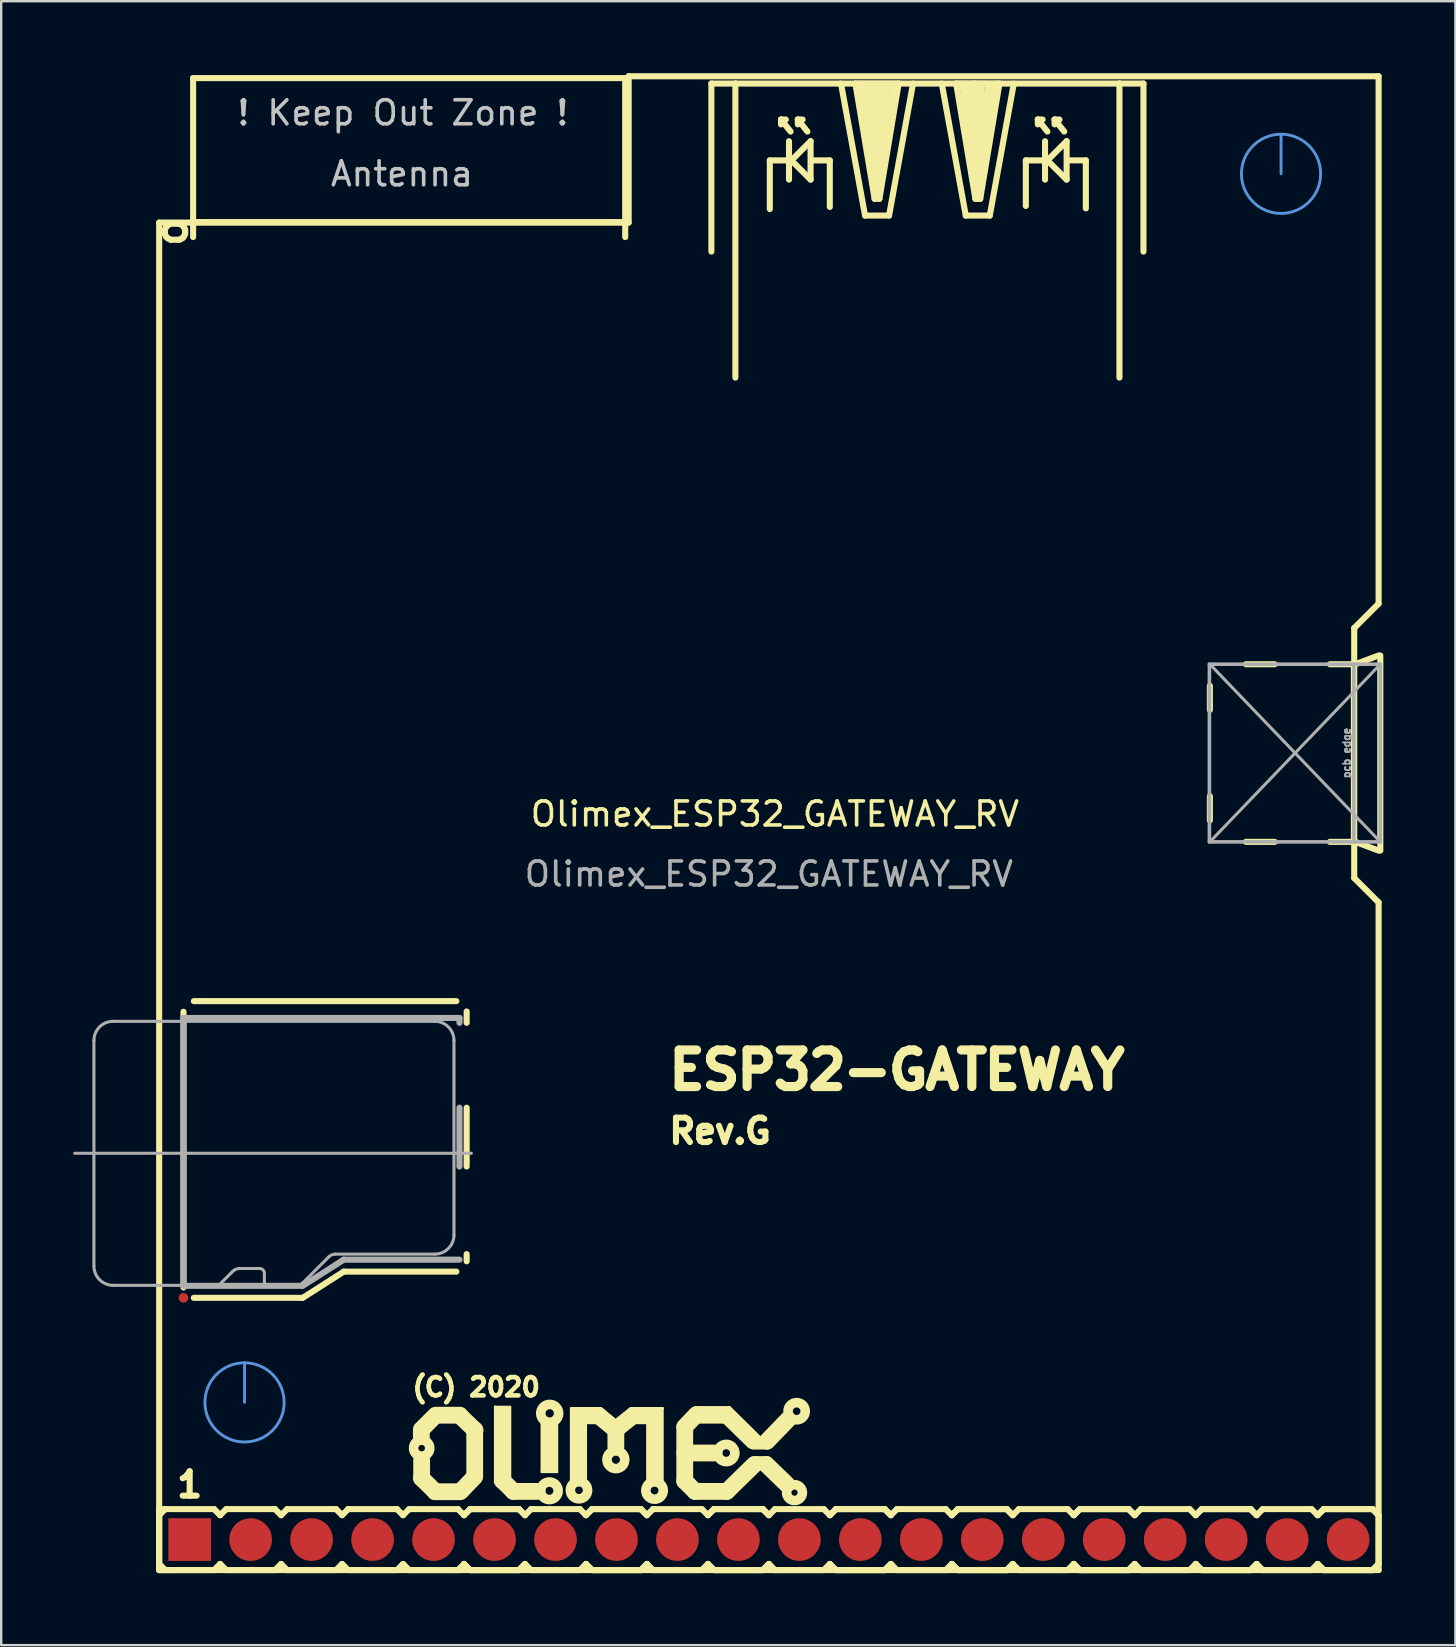
<source format=kicad_pcb>
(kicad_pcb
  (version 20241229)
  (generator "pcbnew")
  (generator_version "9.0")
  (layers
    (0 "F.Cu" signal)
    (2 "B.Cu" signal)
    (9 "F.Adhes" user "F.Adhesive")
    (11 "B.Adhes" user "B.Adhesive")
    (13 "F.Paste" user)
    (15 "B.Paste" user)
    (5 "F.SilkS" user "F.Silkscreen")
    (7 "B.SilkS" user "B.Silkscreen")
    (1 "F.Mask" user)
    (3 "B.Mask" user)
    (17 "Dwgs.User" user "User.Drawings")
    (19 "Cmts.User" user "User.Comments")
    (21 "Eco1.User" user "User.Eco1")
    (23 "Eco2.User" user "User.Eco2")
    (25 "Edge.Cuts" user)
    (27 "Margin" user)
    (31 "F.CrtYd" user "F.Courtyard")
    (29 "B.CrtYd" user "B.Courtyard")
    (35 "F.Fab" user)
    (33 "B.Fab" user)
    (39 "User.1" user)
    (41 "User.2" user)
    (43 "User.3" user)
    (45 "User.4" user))
  (footprint "Olimex_ESP32_GATEWAY_RV"
    (layer "F.Cu")
    (at 28.981 30.861)
    (property "Reference" "Olimex_ESP32_GATEWAY_RV" (at 0.25 0 0) (unlocked yes) (layer "F.SilkS") (effects (font (size 1 1) (thickness 0.15))))
    (attr through_hole)
    (fp_line (start -25.4 -24.638) (end -25.4 31.496) (stroke (width 0.254) (type solid)) (layer "F.SilkS"))
    (fp_line (start -25.4 -24.638) (end -5.842 -24.638) (stroke (width 0.254) (type solid)) (layer "F.SilkS"))
    (fp_line (start -25.4 28.956) (end -25.4 31.496) (stroke (width 0.254) (type solid)) (layer "F.SilkS"))
    (fp_line (start -25.4 28.956) (end -25.146 28.956) (stroke (width 0.254) (type solid)) (layer "F.SilkS"))
    (fp_line (start -25.4 29.21) (end -25.146 28.956) (stroke (width 0.254) (type solid)) (layer "F.SilkS"))
    (fp_line (start -25.4 31.496) (end 25.4 31.496) (stroke (width 0.254) (type solid)) (layer "F.SilkS"))
    (fp_line (start -25.146 28.956) (end -23.114 28.956) (stroke (width 0.254) (type solid)) (layer "F.SilkS"))
    (fp_line (start -25.146 31.496) (end -25.4 31.242) (stroke (width 0.254) (type solid)) (layer "F.SilkS"))
    (fp_line (start -24.892 31.496) (end -25.4 31.496) (stroke (width 0.254) (type solid)) (layer "F.SilkS"))
    (fp_line (start -24.387 8.237) (end -24.387 19.723) (stroke (width 0.254) (type solid)) (layer "F.SilkS"))
    (fp_line (start -23.986 -30.657) (end -23.986 -24.037) (stroke (width 0.254) (type solid)) (layer "F.SilkS"))
    (fp_line (start -23.986 -30.657) (end -5.986 -30.657) (stroke (width 0.254) (type solid)) (layer "F.SilkS"))
    (fp_line (start -23.986 -24.657) (end -5.986 -24.657) (stroke (width 0.254) (type solid)) (layer "F.SilkS"))
    (fp_line (start -23.957 7.795) (end -13.02 7.795) (stroke (width 0.254) (type solid)) (layer "F.SilkS"))
    (fp_line (start -23.957 20.155) (end -19.439 20.155) (stroke (width 0.254) (type solid)) (layer "F.SilkS"))
    (fp_line (start -23.114 28.956) (end -22.86 29.21) (stroke (width 0.254) (type solid)) (layer "F.SilkS"))
    (fp_line (start -23.114 31.496) (end -24.892 31.496) (stroke (width 0.254) (type solid)) (layer "F.SilkS"))
    (fp_line (start -22.86 29.21) (end -22.606 28.956) (stroke (width 0.254) (type solid)) (layer "F.SilkS"))
    (fp_line (start -22.86 31.242) (end -23.114 31.496) (stroke (width 0.254) (type solid)) (layer "F.SilkS"))
    (fp_line (start -22.606 28.956) (end -20.574 28.956) (stroke (width 0.254) (type solid)) (layer "F.SilkS"))
    (fp_line (start -22.606 31.496) (end -22.86 31.242) (stroke (width 0.254) (type solid)) (layer "F.SilkS"))
    (fp_line (start -20.574 28.956) (end -20.32 29.21) (stroke (width 0.254) (type solid)) (layer "F.SilkS"))
    (fp_line (start -20.574 31.496) (end -22.606 31.496) (stroke (width 0.254) (type solid)) (layer "F.SilkS"))
    (fp_line (start -20.574 31.496) (end -20.32 31.242) (stroke (width 0.254) (type solid)) (layer "F.SilkS"))
    (fp_line (start -20.32 29.21) (end -20.066 28.956) (stroke (width 0.254) (type solid)) (layer "F.SilkS"))
    (fp_line (start -20.32 31.242) (end -20.066 31.496) (stroke (width 0.254) (type solid)) (layer "F.SilkS"))
    (fp_line (start -20.066 28.956) (end -18.034 28.956) (stroke (width 0.254) (type solid)) (layer "F.SilkS"))
    (fp_line (start -18.034 28.956) (end -17.78 29.21) (stroke (width 0.254) (type solid)) (layer "F.SilkS"))
    (fp_line (start -18.034 31.496) (end -20.066 31.496) (stroke (width 0.254) (type solid)) (layer "F.SilkS"))
    (fp_line (start -17.78 29.21) (end -17.526 28.956) (stroke (width 0.254) (type solid)) (layer "F.SilkS"))
    (fp_line (start -17.78 31.242) (end -18.034 31.496) (stroke (width 0.254) (type solid)) (layer "F.SilkS"))
    (fp_line (start -17.711 19.063) (end -19.418 20.155) (stroke (width 0.254) (type solid)) (layer "F.SilkS"))
    (fp_line (start -17.526 28.956) (end -15.494 28.956) (stroke (width 0.254) (type solid)) (layer "F.SilkS"))
    (fp_line (start -17.526 31.496) (end -17.78 31.242) (stroke (width 0.254) (type solid)) (layer "F.SilkS"))
    (fp_line (start -15.494 28.956) (end -15.24 29.21) (stroke (width 0.254) (type solid)) (layer "F.SilkS"))
    (fp_line (start -15.494 31.496) (end -17.526 31.496) (stroke (width 0.254) (type solid)) (layer "F.SilkS"))
    (fp_line (start -15.24 29.21) (end -14.986 28.956) (stroke (width 0.254) (type solid)) (layer "F.SilkS"))
    (fp_line (start -15.24 31.242) (end -15.494 31.496) (stroke (width 0.254) (type solid)) (layer "F.SilkS"))
    (fp_line (start -14.986 28.956) (end -12.954 28.956) (stroke (width 0.254) (type solid)) (layer "F.SilkS"))
    (fp_line (start -14.986 31.496) (end -15.24 31.242) (stroke (width 0.254) (type solid)) (layer "F.SilkS"))
    (fp_line (start -14.478 25.641) (end -13.97 25.133) (stroke (width 0.7) (type solid)) (layer "F.SilkS"))
    (fp_line (start -14.478 25.692) (end -14.478 25.933) (stroke (width 0.7) (type solid)) (layer "F.SilkS"))
    (fp_line (start -14.478 27.661) (end -13.894 28.232) (stroke (width 0.7) (type solid)) (layer "F.SilkS"))
    (fp_line (start -14.465 27.673) (end -14.465 26.911) (stroke (width 0.7) (type solid)) (layer "F.SilkS"))
    (fp_line (start -13.906 28.232) (end -12.865 28.232) (stroke (width 0.7) (type solid)) (layer "F.SilkS"))
    (fp_line (start -13.02 19.063) (end -17.711 19.063) (stroke (width 0.254) (type solid)) (layer "F.SilkS"))
    (fp_line (start -12.954 28.956) (end -12.7 29.21) (stroke (width 0.254) (type solid)) (layer "F.SilkS"))
    (fp_line (start -12.954 31.496) (end -14.986 31.496) (stroke (width 0.254) (type solid)) (layer "F.SilkS"))
    (fp_line (start -12.878 25.044) (end -13.881 25.044) (stroke (width 0.7) (type solid)) (layer "F.SilkS"))
    (fp_line (start -12.878 25.057) (end -12.243 25.667) (stroke (width 0.7) (type solid)) (layer "F.SilkS"))
    (fp_line (start -12.7 29.21) (end -12.446 28.956) (stroke (width 0.254) (type solid)) (layer "F.SilkS"))
    (fp_line (start -12.7 29.21) (end -12.446 28.956) (stroke (width 0.254) (type solid)) (layer "F.SilkS"))
    (fp_line (start -12.7 31.242) (end -12.954 31.496) (stroke (width 0.254) (type solid)) (layer "F.SilkS"))
    (fp_line (start -12.591 8.227) (end -12.591 8.697) (stroke (width 0.254) (type solid)) (layer "F.SilkS"))
    (fp_line (start -12.591 12.235) (end -12.591 14.684) (stroke (width 0.254) (type solid)) (layer "F.SilkS"))
    (fp_line (start -12.591 18.334) (end -12.591 18.633) (stroke (width 0.254) (type solid)) (layer "F.SilkS"))
    (fp_line (start -12.446 28.956) (end -10.414 28.956) (stroke (width 0.254) (type solid)) (layer "F.SilkS"))
    (fp_line (start -12.446 28.956) (end -10.414 28.956) (stroke (width 0.254) (type solid)) (layer "F.SilkS"))
    (fp_line (start -12.446 31.496) (end -12.7 31.242) (stroke (width 0.254) (type solid)) (layer "F.SilkS"))
    (fp_line (start -12.446 31.496) (end -12.7 31.242) (stroke (width 0.254) (type solid)) (layer "F.SilkS"))
    (fp_line (start -12.268 27.622) (end -12.827 28.207) (stroke (width 0.7) (type solid)) (layer "F.SilkS"))
    (fp_line (start -12.255 25.654) (end -12.255 27.584) (stroke (width 0.7) (type solid)) (layer "F.SilkS"))
    (fp_line (start -11.405 24.701) (end -11.405 27.851) (stroke (width 0.1) (type solid)) (layer "F.SilkS"))
    (fp_line (start -11.392 24.701) (end -11.405 24.701) (stroke (width 0.1) (type solid)) (layer "F.SilkS"))
    (fp_line (start -11.379 24.701) (end -11.392 24.701) (stroke (width 0.1) (type solid)) (layer "F.SilkS"))
    (fp_line (start -11.265 24.79) (end -11.328 24.778) (stroke (width 0.1) (type solid)) (layer "F.SilkS"))
    (fp_line (start -11.1 24.701) (end -11.379 24.701) (stroke (width 0.1) (type solid)) (layer "F.SilkS"))
    (fp_line (start -11.1 27.775) (end -11.1 25.044) (stroke (width 0.7) (type solid)) (layer "F.SilkS"))
    (fp_line (start -11.087 24.701) (end -10.782 24.701) (stroke (width 0.1) (type solid)) (layer "F.SilkS"))
    (fp_line (start -10.96 24.778) (end -10.846 24.778) (stroke (width 0.1) (type solid)) (layer "F.SilkS"))
    (fp_line (start -10.782 24.701) (end -10.782 27.737) (stroke (width 0.1) (type solid)) (layer "F.SilkS"))
    (fp_line (start -10.643 28.219) (end -11.1 27.762) (stroke (width 0.7) (type solid)) (layer "F.SilkS"))
    (fp_line (start -10.414 28.956) (end -10.16 29.21) (stroke (width 0.254) (type solid)) (layer "F.SilkS"))
    (fp_line (start -10.414 28.956) (end -10.16 29.21) (stroke (width 0.254) (type solid)) (layer "F.SilkS"))
    (fp_line (start -10.414 31.496) (end -12.446 31.496) (stroke (width 0.254) (type solid)) (layer "F.SilkS"))
    (fp_line (start -10.414 31.496) (end -12.446 31.496) (stroke (width 0.254) (type solid)) (layer "F.SilkS"))
    (fp_line (start -10.16 29.21) (end -9.906 28.956) (stroke (width 0.254) (type solid)) (layer "F.SilkS"))
    (fp_line (start -10.16 31.242) (end -10.414 31.496) (stroke (width 0.254) (type solid)) (layer "F.SilkS"))
    (fp_line (start -10.16 31.242) (end -10.414 31.496) (stroke (width 0.254) (type solid)) (layer "F.SilkS"))
    (fp_line (start -9.906 28.956) (end -7.874 28.956) (stroke (width 0.254) (type solid)) (layer "F.SilkS"))
    (fp_line (start -9.906 31.496) (end -10.16 31.242) (stroke (width 0.254) (type solid)) (layer "F.SilkS"))
    (fp_line (start -9.657 28.219) (end -10.643 28.219) (stroke (width 0.7) (type solid)) (layer "F.SilkS"))
    (fp_line (start -9.461 25.387) (end -9.461 27.407) (stroke (width 0.1) (type solid)) (layer "F.SilkS"))
    (fp_line (start -9.461 27.407) (end -8.852 27.407) (stroke (width 0.1) (type solid)) (layer "F.SilkS"))
    (fp_line (start -9.322 27.343) (end -9.385 27.343) (stroke (width 0.1) (type solid)) (layer "F.SilkS"))
    (fp_line (start -9.144 25.502) (end -9.144 27.102) (stroke (width 0.7) (type solid)) (layer "F.SilkS"))
    (fp_line (start -8.979 27.343) (end -8.89 27.343) (stroke (width 0.1) (type solid)) (layer "F.SilkS"))
    (fp_line (start -8.852 27.407) (end -8.826 27.407) (stroke (width 0.1) (type solid)) (layer "F.SilkS"))
    (fp_line (start -8.826 27.407) (end -8.826 25.387) (stroke (width 0.1) (type solid)) (layer "F.SilkS"))
    (fp_line (start -8.242 24.752) (end -6.998 24.752) (stroke (width 0.1) (type solid)) (layer "F.SilkS"))
    (fp_line (start -8.242 27.75) (end -8.242 24.765) (stroke (width 0.1) (type solid)) (layer "F.SilkS"))
    (fp_line (start -8.09 24.816) (end -8.166 24.816) (stroke (width 0.1) (type solid)) (layer "F.SilkS"))
    (fp_line (start -7.925 25.07) (end -7.087 25.07) (stroke (width 0.7) (type solid)) (layer "F.SilkS"))
    (fp_line (start -7.925 27.661) (end -7.925 25.07) (stroke (width 0.7) (type solid)) (layer "F.SilkS"))
    (fp_line (start -7.874 28.956) (end -7.62 29.21) (stroke (width 0.254) (type solid)) (layer "F.SilkS"))
    (fp_line (start -7.874 31.496) (end -9.906 31.496) (stroke (width 0.254) (type solid)) (layer "F.SilkS"))
    (fp_line (start -7.62 29.21) (end -7.366 28.956) (stroke (width 0.254) (type solid)) (layer "F.SilkS"))
    (fp_line (start -7.62 29.21) (end -7.366 28.956) (stroke (width 0.254) (type solid)) (layer "F.SilkS"))
    (fp_line (start -7.62 31.242) (end -7.874 31.496) (stroke (width 0.254) (type solid)) (layer "F.SilkS"))
    (fp_line (start -7.366 28.956) (end -5.334 28.956) (stroke (width 0.254) (type solid)) (layer "F.SilkS"))
    (fp_line (start -7.366 28.956) (end -5.334 28.956) (stroke (width 0.254) (type solid)) (layer "F.SilkS"))
    (fp_line (start -7.366 31.496) (end -7.62 31.242) (stroke (width 0.254) (type solid)) (layer "F.SilkS"))
    (fp_line (start -7.366 31.496) (end -7.62 31.242) (stroke (width 0.254) (type solid)) (layer "F.SilkS"))
    (fp_line (start -7.087 25.07) (end -6.477 25.578) (stroke (width 0.7) (type solid)) (layer "F.SilkS"))
    (fp_line (start -6.998 24.752) (end -6.413 25.235) (stroke (width 0.1) (type solid)) (layer "F.SilkS"))
    (fp_line (start -6.375 26.365) (end -6.375 25.654) (stroke (width 0.7) (type solid)) (layer "F.SilkS"))
    (fp_line (start -6.299 25.578) (end -5.664 25.07) (stroke (width 0.7) (type solid)) (layer "F.SilkS"))
    (fp_line (start -5.986 -30.657) (end -5.986 -24.037) (stroke (width 0.254) (type solid)) (layer "F.SilkS"))
    (fp_line (start -5.842 -24.638) (end -5.842 -30.734) (stroke (width 0.254) (type solid)) (layer "F.SilkS"))
    (fp_line (start -5.753 24.752) (end -6.375 25.248) (stroke (width 0.1) (type solid)) (layer "F.SilkS"))
    (fp_line (start -5.728 24.752) (end -5.753 24.752) (stroke (width 0.1) (type solid)) (layer "F.SilkS"))
    (fp_line (start -5.664 25.07) (end -4.775 25.07) (stroke (width 0.7) (type solid)) (layer "F.SilkS"))
    (fp_line (start -5.334 28.956) (end -5.08 29.21) (stroke (width 0.254) (type solid)) (layer "F.SilkS"))
    (fp_line (start -5.334 28.956) (end -5.08 29.21) (stroke (width 0.254) (type solid)) (layer "F.SilkS"))
    (fp_line (start -5.334 31.496) (end -7.366 31.496) (stroke (width 0.254) (type solid)) (layer "F.SilkS"))
    (fp_line (start -5.334 31.496) (end -7.366 31.496) (stroke (width 0.254) (type solid)) (layer "F.SilkS"))
    (fp_line (start -5.08 29.21) (end -4.826 28.956) (stroke (width 0.254) (type solid)) (layer "F.SilkS"))
    (fp_line (start -5.08 31.242) (end -5.334 31.496) (stroke (width 0.254) (type solid)) (layer "F.SilkS"))
    (fp_line (start -5.08 31.242) (end -5.334 31.496) (stroke (width 0.254) (type solid)) (layer "F.SilkS"))
    (fp_line (start -4.826 28.956) (end -2.794 28.956) (stroke (width 0.254) (type solid)) (layer "F.SilkS"))
    (fp_line (start -4.826 31.496) (end -5.08 31.242) (stroke (width 0.254) (type solid)) (layer "F.SilkS"))
    (fp_line (start -4.763 25.057) (end -4.763 27.661) (stroke (width 0.7) (type solid)) (layer "F.SilkS"))
    (fp_line (start -4.585 24.828) (end -4.483 24.828) (stroke (width 0.1) (type solid)) (layer "F.SilkS"))
    (fp_line (start -4.432 24.752) (end -5.728 24.752) (stroke (width 0.1) (type solid)) (layer "F.SilkS"))
    (fp_line (start -4.432 24.765) (end -4.432 24.752) (stroke (width 0.1) (type solid)) (layer "F.SilkS"))
    (fp_line (start -4.432 27.775) (end -4.432 24.765) (stroke (width 0.1) (type solid)) (layer "F.SilkS"))
    (fp_line (start -3.505 25.527) (end -3.023 25.019) (stroke (width 0.7) (type solid)) (layer "F.SilkS"))
    (fp_line (start -3.505 25.552) (end -3.505 27.788) (stroke (width 0.7) (type solid)) (layer "F.SilkS"))
    (fp_line (start -3.505 27.788) (end -3.073 28.219) (stroke (width 0.7) (type solid)) (layer "F.SilkS"))
    (fp_line (start -3.073 28.219) (end -1.753 28.219) (stroke (width 0.7) (type solid)) (layer "F.SilkS"))
    (fp_line (start -3.061 24.714) (end -1.689 24.714) (stroke (width 0.1) (type solid)) (layer "F.SilkS"))
    (fp_line (start -2.974 25.044) (end -1.753 25.044) (stroke (width 0.7) (type solid)) (layer "F.SilkS"))
    (fp_line (start -2.794 28.956) (end -2.54 29.21) (stroke (width 0.254) (type solid)) (layer "F.SilkS"))
    (fp_line (start -2.794 31.496) (end -4.826 31.496) (stroke (width 0.254) (type solid)) (layer "F.SilkS"))
    (fp_line (start -2.54 29.21) (end -2.286 28.956) (stroke (width 0.254) (type solid)) (layer "F.SilkS"))
    (fp_line (start -2.54 29.21) (end -2.286 28.956) (stroke (width 0.254) (type solid)) (layer "F.SilkS"))
    (fp_line (start -2.54 31.242) (end -2.794 31.496) (stroke (width 0.254) (type solid)) (layer "F.SilkS"))
    (fp_line (start -2.396 -30.431) (end -2.396 -23.431) (stroke (width 0.254) (type solid)) (layer "F.SilkS"))
    (fp_line (start -2.286 26.619) (end -3.505 26.619) (stroke (width 0.7) (type solid)) (layer "F.SilkS"))
    (fp_line (start -2.286 28.956) (end -0.254 28.956) (stroke (width 0.254) (type solid)) (layer "F.SilkS"))
    (fp_line (start -2.286 28.956) (end -0.254 28.956) (stroke (width 0.254) (type solid)) (layer "F.SilkS"))
    (fp_line (start -2.286 31.496) (end -2.54 31.242) (stroke (width 0.254) (type solid)) (layer "F.SilkS"))
    (fp_line (start -2.286 31.496) (end -2.54 31.242) (stroke (width 0.254) (type solid)) (layer "F.SilkS"))
    (fp_line (start -1.753 25.044) (end -0.66 26.111) (stroke (width 0.7) (type solid)) (layer "F.SilkS"))
    (fp_line (start -1.753 28.219) (end -0.61 27.102) (stroke (width 0.7) (type solid)) (layer "F.SilkS"))
    (fp_line (start -1.689 24.714) (end -1.638 24.714) (stroke (width 0.1) (type solid)) (layer "F.SilkS"))
    (fp_line (start -1.638 24.714) (end -0.381 25.959) (stroke (width 0.1) (type solid)) (layer "F.SilkS"))
    (fp_line (start -1.396 -30.431) (end -2.396 -30.431) (stroke (width 0.254) (type solid)) (layer "F.SilkS"))
    (fp_line (start -1.396 -30.431) (end 14.604 -30.431) (stroke (width 0.254) (type solid)) (layer "F.SilkS"))
    (fp_line (start -1.396 -18.181) (end -1.396 -30.431) (stroke (width 0.254) (type solid)) (layer "F.SilkS"))
    (fp_line (start -0.635 26.226) (end -0.076 26.226) (stroke (width 0.5) (type solid)) (layer "F.SilkS"))
    (fp_line (start -0.61 27) (end -0.076 27) (stroke (width 0.5) (type solid)) (layer "F.SilkS"))
    (fp_line (start -0.254 28.956) (end 0 29.21) (stroke (width 0.254) (type solid)) (layer "F.SilkS"))
    (fp_line (start -0.254 28.956) (end 0 29.21) (stroke (width 0.254) (type solid)) (layer "F.SilkS"))
    (fp_line (start -0.254 31.496) (end -2.286 31.496) (stroke (width 0.254) (type solid)) (layer "F.SilkS"))
    (fp_line (start -0.254 31.496) (end -2.286 31.496) (stroke (width 0.254) (type solid)) (layer "F.SilkS"))
    (fp_line (start 0 29.21) (end 0.254 28.956) (stroke (width 0.254) (type solid)) (layer "F.SilkS"))
    (fp_line (start 0 31.242) (end -0.254 31.496) (stroke (width 0.254) (type solid)) (layer "F.SilkS"))
    (fp_line (start 0 31.242) (end -0.254 31.496) (stroke (width 0.254) (type solid)) (layer "F.SilkS"))
    (fp_line (start 0.038 -27.229) (end 0.737 -27.229) (stroke (width 0.254) (type solid)) (layer "F.SilkS"))
    (fp_line (start 0.038 -25.202) (end 0.038 -27.229) (stroke (width 0.254) (type solid)) (layer "F.SilkS"))
    (fp_line (start 0.254 28.956) (end 2.286 28.956) (stroke (width 0.254) (type solid)) (layer "F.SilkS"))
    (fp_line (start 0.254 31.496) (end 0 31.242) (stroke (width 0.254) (type solid)) (layer "F.SilkS"))
    (fp_line (start 0.505 -28.931) (end 0.505 -28.73) (stroke (width 0.254) (type solid)) (layer "F.SilkS"))
    (fp_line (start 0.505 -28.931) (end 0.706 -28.931) (stroke (width 0.254) (type solid)) (layer "F.SilkS"))
    (fp_line (start 0.737 27.915) (end -0.102 27.102) (stroke (width 0.7) (type solid)) (layer "F.SilkS"))
    (fp_line (start 0.787 25.235) (end -0.076 26.129) (stroke (width 0.7) (type solid)) (layer "F.SilkS"))
    (fp_line (start 0.838 -28.029) (end 0.838 -26.429) (stroke (width 0.254) (type solid)) (layer "F.SilkS"))
    (fp_line (start 0.904 -28.43) (end 0.505 -28.931) (stroke (width 0.254) (type solid)) (layer "F.SilkS"))
    (fp_line (start 0.937 -27.229) (end 1.737 -26.429) (stroke (width 0.254) (type solid)) (layer "F.SilkS"))
    (fp_line (start 1.206 -28.931) (end 1.206 -28.73) (stroke (width 0.254) (type solid)) (layer "F.SilkS"))
    (fp_line (start 1.206 -28.931) (end 1.405 -28.931) (stroke (width 0.254) (type solid)) (layer "F.SilkS"))
    (fp_line (start 1.605 -28.43) (end 1.206 -28.931) (stroke (width 0.254) (type solid)) (layer "F.SilkS"))
    (fp_line (start 1.737 -28.029) (end 0.937 -27.229) (stroke (width 0.254) (type solid)) (layer "F.SilkS"))
    (fp_line (start 1.737 -28.029) (end 1.737 -26.429) (stroke (width 0.254) (type solid)) (layer "F.SilkS"))
    (fp_line (start 1.836 -27.229) (end 2.537 -27.229) (stroke (width 0.254) (type solid)) (layer "F.SilkS"))
    (fp_line (start 2.286 28.956) (end 2.54 29.21) (stroke (width 0.254) (type solid)) (layer "F.SilkS"))
    (fp_line (start 2.286 31.496) (end 0.254 31.496) (stroke (width 0.254) (type solid)) (layer "F.SilkS"))
    (fp_line (start 2.537 -27.229) (end 2.537 -25.291) (stroke (width 0.254) (type solid)) (layer "F.SilkS"))
    (fp_line (start 2.54 29.21) (end 2.794 28.956) (stroke (width 0.254) (type solid)) (layer "F.SilkS"))
    (fp_line (start 2.54 29.21) (end 2.794 28.956) (stroke (width 0.254) (type solid)) (layer "F.SilkS"))
    (fp_line (start 2.54 31.242) (end 2.286 31.496) (stroke (width 0.254) (type solid)) (layer "F.SilkS"))
    (fp_line (start 2.794 28.956) (end 4.826 28.956) (stroke (width 0.254) (type solid)) (layer "F.SilkS"))
    (fp_line (start 2.794 28.956) (end 4.826 28.956) (stroke (width 0.254) (type solid)) (layer "F.SilkS"))
    (fp_line (start 2.794 31.496) (end 2.54 31.242) (stroke (width 0.254) (type solid)) (layer "F.SilkS"))
    (fp_line (start 2.794 31.496) (end 2.54 31.242) (stroke (width 0.254) (type solid)) (layer "F.SilkS"))
    (fp_line (start 3.604 -30.429) (end 5.405 -30.429) (stroke (width 0.254) (type solid)) (layer "F.SilkS"))
    (fp_line (start 4.006 -24.93) (end 3.005 -30.429) (stroke (width 0.254) (type solid)) (layer "F.SilkS"))
    (fp_line (start 4.404 -25.629) (end 3.604 -30.429) (stroke (width 0.254) (type solid)) (layer "F.SilkS"))
    (fp_line (start 4.454 -27.041) (end 4.934 -30.401) (stroke (width 0.254) (type solid)) (layer "F.SilkS"))
    (fp_line (start 4.504 -25.991) (end 5.174 -30.411) (stroke (width 0.254) (type solid)) (layer "F.SilkS"))
    (fp_line (start 4.514 -29.531) (end 4.514 -30.401) (stroke (width 0.254) (type solid)) (layer "F.SilkS"))
    (fp_line (start 4.514 -26.571) (end 3.994 -30.301) (stroke (width 0.254) (type solid)) (layer "F.SilkS"))
    (fp_line (start 4.514 -25.821) (end 3.794 -30.421) (stroke (width 0.254) (type solid)) (layer "F.SilkS"))
    (fp_line (start 4.554 -28.211) (end 4.704 -30.391) (stroke (width 0.254) (type solid)) (layer "F.SilkS"))
    (fp_line (start 4.584 -27.791) (end 4.184 -30.361) (stroke (width 0.254) (type solid)) (layer "F.SilkS"))
    (fp_line (start 4.605 -25.629) (end 4.404 -25.629) (stroke (width 0.254) (type solid)) (layer "F.SilkS"))
    (fp_line (start 4.624 -28.821) (end 4.344 -30.401) (stroke (width 0.254) (type solid)) (layer "F.SilkS"))
    (fp_line (start 4.826 28.956) (end 5.08 29.21) (stroke (width 0.254) (type solid)) (layer "F.SilkS"))
    (fp_line (start 4.826 28.956) (end 5.08 29.21) (stroke (width 0.254) (type solid)) (layer "F.SilkS"))
    (fp_line (start 4.826 31.496) (end 2.794 31.496) (stroke (width 0.254) (type solid)) (layer "F.SilkS"))
    (fp_line (start 4.826 31.496) (end 2.794 31.496) (stroke (width 0.254) (type solid)) (layer "F.SilkS"))
    (fp_line (start 5.006 -24.93) (end 4.006 -24.93) (stroke (width 0.254) (type solid)) (layer "F.SilkS"))
    (fp_line (start 5.08 29.21) (end 5.334 28.956) (stroke (width 0.254) (type solid)) (layer "F.SilkS"))
    (fp_line (start 5.08 31.242) (end 4.826 31.496) (stroke (width 0.254) (type solid)) (layer "F.SilkS"))
    (fp_line (start 5.08 31.242) (end 4.826 31.496) (stroke (width 0.254) (type solid)) (layer "F.SilkS"))
    (fp_line (start 5.334 28.956) (end 7.366 28.956) (stroke (width 0.254) (type solid)) (layer "F.SilkS"))
    (fp_line (start 5.334 31.496) (end 5.08 31.242) (stroke (width 0.254) (type solid)) (layer "F.SilkS"))
    (fp_line (start 5.405 -30.429) (end 4.605 -25.629) (stroke (width 0.254) (type solid)) (layer "F.SilkS"))
    (fp_line (start 6.005 -30.429) (end 5.006 -24.93) (stroke (width 0.254) (type solid)) (layer "F.SilkS"))
    (fp_line (start 7.366 28.956) (end 7.62 29.21) (stroke (width 0.254) (type solid)) (layer "F.SilkS"))
    (fp_line (start 7.366 31.496) (end 5.334 31.496) (stroke (width 0.254) (type solid)) (layer "F.SilkS"))
    (fp_line (start 7.62 29.21) (end 7.874 28.956) (stroke (width 0.254) (type solid)) (layer "F.SilkS"))
    (fp_line (start 7.62 29.21) (end 7.874 28.956) (stroke (width 0.254) (type solid)) (layer "F.SilkS"))
    (fp_line (start 7.62 31.242) (end 7.366 31.496) (stroke (width 0.254) (type solid)) (layer "F.SilkS"))
    (fp_line (start 7.803 -30.429) (end 9.604 -30.429) (stroke (width 0.254) (type solid)) (layer "F.SilkS"))
    (fp_line (start 7.874 28.956) (end 9.906 28.956) (stroke (width 0.254) (type solid)) (layer "F.SilkS"))
    (fp_line (start 7.874 28.956) (end 9.906 28.956) (stroke (width 0.254) (type solid)) (layer "F.SilkS"))
    (fp_line (start 7.874 31.496) (end 7.62 31.242) (stroke (width 0.254) (type solid)) (layer "F.SilkS"))
    (fp_line (start 7.874 31.496) (end 7.62 31.242) (stroke (width 0.254) (type solid)) (layer "F.SilkS"))
    (fp_line (start 8.202 -24.93) (end 7.203 -30.429) (stroke (width 0.254) (type solid)) (layer "F.SilkS"))
    (fp_line (start 8.603 -25.629) (end 7.803 -30.429) (stroke (width 0.254) (type solid)) (layer "F.SilkS"))
    (fp_line (start 8.604 -29.561) (end 8.744 -30.371) (stroke (width 0.254) (type solid)) (layer "F.SilkS"))
    (fp_line (start 8.684 -27.911) (end 8.874 -30.421) (stroke (width 0.254) (type solid)) (layer "F.SilkS"))
    (fp_line (start 8.704 -25.631) (end 8.054 -30.421) (stroke (width 0.254) (type solid)) (layer "F.SilkS"))
    (fp_line (start 8.714 -26.681) (end 9.124 -30.411) (stroke (width 0.254) (type solid)) (layer "F.SilkS"))
    (fp_line (start 8.714 -25.781) (end 9.364 -30.411) (stroke (width 0.254) (type solid)) (layer "F.SilkS"))
    (fp_line (start 8.724 -26.391) (end 8.164 -30.421) (stroke (width 0.254) (type solid)) (layer "F.SilkS"))
    (fp_line (start 8.734 -27.201) (end 8.374 -30.411) (stroke (width 0.254) (type solid)) (layer "F.SilkS"))
    (fp_line (start 8.774 -28.791) (end 8.574 -30.431) (stroke (width 0.254) (type solid)) (layer "F.SilkS"))
    (fp_line (start 8.804 -25.629) (end 8.603 -25.629) (stroke (width 0.254) (type solid)) (layer "F.SilkS"))
    (fp_line (start 9.202 -24.93) (end 8.202 -24.93) (stroke (width 0.254) (type solid)) (layer "F.SilkS"))
    (fp_line (start 9.604 -30.429) (end 8.804 -25.629) (stroke (width 0.254) (type solid)) (layer "F.SilkS"))
    (fp_line (start 9.906 28.956) (end 10.16 29.21) (stroke (width 0.254) (type solid)) (layer "F.SilkS"))
    (fp_line (start 9.906 28.956) (end 10.16 29.21) (stroke (width 0.254) (type solid)) (layer "F.SilkS"))
    (fp_line (start 9.906 31.496) (end 7.874 31.496) (stroke (width 0.254) (type solid)) (layer "F.SilkS"))
    (fp_line (start 9.906 31.496) (end 7.874 31.496) (stroke (width 0.254) (type solid)) (layer "F.SilkS"))
    (fp_line (start 10.16 29.21) (end 10.414 28.956) (stroke (width 0.254) (type solid)) (layer "F.SilkS"))
    (fp_line (start 10.16 31.242) (end 9.906 31.496) (stroke (width 0.254) (type solid)) (layer "F.SilkS"))
    (fp_line (start 10.16 31.242) (end 9.906 31.496) (stroke (width 0.254) (type solid)) (layer "F.SilkS"))
    (fp_line (start 10.203 -30.429) (end 9.202 -24.93) (stroke (width 0.254) (type solid)) (layer "F.SilkS"))
    (fp_line (start 10.414 28.956) (end 12.446 28.956) (stroke (width 0.254) (type solid)) (layer "F.SilkS"))
    (fp_line (start 10.414 31.496) (end 10.16 31.242) (stroke (width 0.254) (type solid)) (layer "F.SilkS"))
    (fp_line (start 10.704 -27.231) (end 10.704 -25.331) (stroke (width 0.254) (type solid)) (layer "F.SilkS"))
    (fp_line (start 11.204 -28.931) (end 11.204 -28.73) (stroke (width 0.254) (type solid)) (layer "F.SilkS"))
    (fp_line (start 11.204 -28.931) (end 11.402 -28.931) (stroke (width 0.254) (type solid)) (layer "F.SilkS"))
    (fp_line (start 11.402 -27.229) (end 10.704 -27.229) (stroke (width 0.254) (type solid)) (layer "F.SilkS"))
    (fp_line (start 11.504 -26.429) (end 11.504 -28.029) (stroke (width 0.254) (type solid)) (layer "F.SilkS"))
    (fp_line (start 11.603 -28.43) (end 11.204 -28.931) (stroke (width 0.254) (type solid)) (layer "F.SilkS"))
    (fp_line (start 11.603 -27.229) (end 12.403 -28.029) (stroke (width 0.254) (type solid)) (layer "F.SilkS"))
    (fp_line (start 11.902 -28.931) (end 11.902 -28.73) (stroke (width 0.254) (type solid)) (layer "F.SilkS"))
    (fp_line (start 11.902 -28.931) (end 12.103 -28.931) (stroke (width 0.254) (type solid)) (layer "F.SilkS"))
    (fp_line (start 12.304 -28.43) (end 11.902 -28.931) (stroke (width 0.254) (type solid)) (layer "F.SilkS"))
    (fp_line (start 12.403 -26.429) (end 11.603 -27.229) (stroke (width 0.254) (type solid)) (layer "F.SilkS"))
    (fp_line (start 12.404 -26.431) (end 12.404 -28.031) (stroke (width 0.254) (type solid)) (layer "F.SilkS"))
    (fp_line (start 12.446 28.956) (end 12.7 29.21) (stroke (width 0.254) (type solid)) (layer "F.SilkS"))
    (fp_line (start 12.446 31.496) (end 10.414 31.496) (stroke (width 0.254) (type solid)) (layer "F.SilkS"))
    (fp_line (start 12.7 29.21) (end 12.954 28.956) (stroke (width 0.254) (type solid)) (layer "F.SilkS"))
    (fp_line (start 12.7 29.21) (end 12.954 28.956) (stroke (width 0.254) (type solid)) (layer "F.SilkS"))
    (fp_line (start 12.7 31.242) (end 12.446 31.496) (stroke (width 0.254) (type solid)) (layer "F.SilkS"))
    (fp_line (start 12.954 28.956) (end 14.986 28.956) (stroke (width 0.254) (type solid)) (layer "F.SilkS"))
    (fp_line (start 12.954 28.956) (end 14.986 28.956) (stroke (width 0.254) (type solid)) (layer "F.SilkS"))
    (fp_line (start 12.954 31.496) (end 12.7 31.242) (stroke (width 0.254) (type solid)) (layer "F.SilkS"))
    (fp_line (start 12.954 31.496) (end 12.7 31.242) (stroke (width 0.254) (type solid)) (layer "F.SilkS"))
    (fp_line (start 13.204 -27.231) (end 12.504 -27.231) (stroke (width 0.254) (type solid)) (layer "F.SilkS"))
    (fp_line (start 13.204 -25.231) (end 13.204 -27.231) (stroke (width 0.254) (type solid)) (layer "F.SilkS"))
    (fp_line (start 14.604 -30.431) (end 14.604 -18.181) (stroke (width 0.254) (type solid)) (layer "F.SilkS"))
    (fp_line (start 14.604 -30.431) (end 15.604 -30.431) (stroke (width 0.254) (type solid)) (layer "F.SilkS"))
    (fp_line (start 14.986 28.956) (end 15.24 29.21) (stroke (width 0.254) (type solid)) (layer "F.SilkS"))
    (fp_line (start 14.986 28.956) (end 15.24 29.21) (stroke (width 0.254) (type solid)) (layer "F.SilkS"))
    (fp_line (start 14.986 31.496) (end 12.954 31.496) (stroke (width 0.254) (type solid)) (layer "F.SilkS"))
    (fp_line (start 14.986 31.496) (end 12.954 31.496) (stroke (width 0.254) (type solid)) (layer "F.SilkS"))
    (fp_line (start 15.24 29.21) (end 15.494 28.956) (stroke (width 0.254) (type solid)) (layer "F.SilkS"))
    (fp_line (start 15.24 31.242) (end 14.986 31.496) (stroke (width 0.254) (type solid)) (layer "F.SilkS"))
    (fp_line (start 15.24 31.242) (end 14.986 31.496) (stroke (width 0.254) (type solid)) (layer "F.SilkS"))
    (fp_line (start 15.494 28.956) (end 17.526 28.956) (stroke (width 0.254) (type solid)) (layer "F.SilkS"))
    (fp_line (start 15.494 31.496) (end 15.24 31.242) (stroke (width 0.254) (type solid)) (layer "F.SilkS"))
    (fp_line (start 15.604 -30.431) (end 15.604 -23.431) (stroke (width 0.254) (type solid)) (layer "F.SilkS"))
    (fp_line (start 17.526 28.956) (end 17.78 29.21) (stroke (width 0.254) (type solid)) (layer "F.SilkS"))
    (fp_line (start 17.526 31.496) (end 15.494 31.496) (stroke (width 0.254) (type solid)) (layer "F.SilkS"))
    (fp_line (start 17.78 29.21) (end 18.034 28.956) (stroke (width 0.254) (type solid)) (layer "F.SilkS"))
    (fp_line (start 17.78 29.21) (end 18.034 28.956) (stroke (width 0.254) (type solid)) (layer "F.SilkS"))
    (fp_line (start 17.78 31.242) (end 17.526 31.496) (stroke (width 0.254) (type solid)) (layer "F.SilkS"))
    (fp_line (start 18.034 28.956) (end 20.066 28.956) (stroke (width 0.254) (type solid)) (layer "F.SilkS"))
    (fp_line (start 18.034 28.956) (end 20.066 28.956) (stroke (width 0.254) (type solid)) (layer "F.SilkS"))
    (fp_line (start 18.034 31.496) (end 17.78 31.242) (stroke (width 0.254) (type solid)) (layer "F.SilkS"))
    (fp_line (start 18.034 31.496) (end 17.78 31.242) (stroke (width 0.254) (type solid)) (layer "F.SilkS"))
    (fp_line (start 18.371 -5.34) (end 18.371 -4.34) (stroke (width 0.254) (type solid)) (layer "F.SilkS"))
    (fp_line (start 18.371 -0.74) (end 18.371 0.26) (stroke (width 0.254) (type solid)) (layer "F.SilkS"))
    (fp_line (start 19.871 -6.24) (end 21.071 -6.24) (stroke (width 0.254) (type solid)) (layer "F.SilkS"))
    (fp_line (start 19.871 1.16) (end 21.071 1.16) (stroke (width 0.254) (type solid)) (layer "F.SilkS"))
    (fp_line (start 20.066 28.956) (end 20.32 29.21) (stroke (width 0.254) (type solid)) (layer "F.SilkS"))
    (fp_line (start 20.066 28.956) (end 20.32 29.21) (stroke (width 0.254) (type solid)) (layer "F.SilkS"))
    (fp_line (start 20.066 31.496) (end 18.034 31.496) (stroke (width 0.254) (type solid)) (layer "F.SilkS"))
    (fp_line (start 20.066 31.496) (end 18.034 31.496) (stroke (width 0.254) (type solid)) (layer "F.SilkS"))
    (fp_line (start 20.32 29.21) (end 20.574 28.956) (stroke (width 0.254) (type solid)) (layer "F.SilkS"))
    (fp_line (start 20.32 31.242) (end 20.066 31.496) (stroke (width 0.254) (type solid)) (layer "F.SilkS"))
    (fp_line (start 20.32 31.242) (end 20.066 31.496) (stroke (width 0.254) (type solid)) (layer "F.SilkS"))
    (fp_line (start 20.574 28.956) (end 22.606 28.956) (stroke (width 0.254) (type solid)) (layer "F.SilkS"))
    (fp_line (start 20.574 31.496) (end 20.32 31.242) (stroke (width 0.254) (type solid)) (layer "F.SilkS"))
    (fp_line (start 22.606 28.956) (end 22.86 29.21) (stroke (width 0.254) (type solid)) (layer "F.SilkS"))
    (fp_line (start 22.606 31.496) (end 20.574 31.496) (stroke (width 0.254) (type solid)) (layer "F.SilkS"))
    (fp_line (start 22.86 29.21) (end 23.114 28.956) (stroke (width 0.254) (type solid)) (layer "F.SilkS"))
    (fp_line (start 22.86 29.21) (end 23.114 28.956) (stroke (width 0.254) (type solid)) (layer "F.SilkS"))
    (fp_line (start 22.86 31.242) (end 22.606 31.496) (stroke (width 0.254) (type solid)) (layer "F.SilkS"))
    (fp_line (start 23.114 28.956) (end 25.146 28.956) (stroke (width 0.254) (type solid)) (layer "F.SilkS"))
    (fp_line (start 23.114 28.956) (end 25.146 28.956) (stroke (width 0.254) (type solid)) (layer "F.SilkS"))
    (fp_line (start 23.114 31.496) (end 22.86 31.242) (stroke (width 0.254) (type solid)) (layer "F.SilkS"))
    (fp_line (start 23.114 31.496) (end 22.86 31.242) (stroke (width 0.254) (type solid)) (layer "F.SilkS"))
    (fp_line (start 23.371 -6.24) (end 24.371 -6.24) (stroke (width 0.254) (type solid)) (layer "F.SilkS"))
    (fp_line (start 24.371 -6.24) (end 24.371 1.16) (stroke (width 0.254) (type solid)) (layer "F.SilkS"))
    (fp_line (start 24.371 1.16) (end 23.371 1.16) (stroke (width 0.254) (type solid)) (layer "F.SilkS"))
    (fp_line (start 24.384 -7.747) (end 24.384 2.667) (stroke (width 0.254) (type solid)) (layer "F.SilkS"))
    (fp_line (start 24.384 2.667) (end 25.4 3.683) (stroke (width 0.254) (type solid)) (layer "F.SilkS"))
    (fp_line (start 25.146 28.956) (end 25.4 29.21) (stroke (width 0.254) (type solid)) (layer "F.SilkS"))
    (fp_line (start 25.146 28.956) (end 25.4 29.21) (stroke (width 0.254) (type solid)) (layer "F.SilkS"))
    (fp_line (start 25.146 31.496) (end 23.114 31.496) (stroke (width 0.254) (type solid)) (layer "F.SilkS"))
    (fp_line (start 25.146 31.496) (end 23.114 31.496) (stroke (width 0.254) (type solid)) (layer "F.SilkS"))
    (fp_line (start 25.4 -30.734) (end -5.842 -30.734) (stroke (width 0.254) (type solid)) (layer "F.SilkS"))
    (fp_line (start 25.4 -30.734) (end 25.4 -8.763) (stroke (width 0.254) (type solid)) (layer "F.SilkS"))
    (fp_line (start 25.4 -8.763) (end 24.384 -7.747) (stroke (width 0.254) (type solid)) (layer "F.SilkS"))
    (fp_line (start 25.4 -6.604) (end 24.384 -6.223) (stroke (width 0.254) (type solid)) (layer "F.SilkS"))
    (fp_line (start 25.4 1.524) (end 24.384 1.143) (stroke (width 0.254) (type solid)) (layer "F.SilkS"))
    (fp_line (start 25.4 3.683) (end 25.4 31.496) (stroke (width 0.254) (type solid)) (layer "F.SilkS"))
    (fp_line (start 25.4 29.21) (end 25.4 31.242) (stroke (width 0.254) (type solid)) (layer "F.SilkS"))
    (fp_line (start 25.4 31.242) (end 25.146 31.496) (stroke (width 0.254) (type solid)) (layer "F.SilkS"))
    (fp_line (start 25.4 31.242) (end 25.146 31.496) (stroke (width 0.254) (type solid)) (layer "F.SilkS"))
    (fp_line (start 25.471 -6.604) (end 25.471 1.524) (stroke (width 0.254) (type solid)) (layer "F.SilkS"))
    (fp_circle (center -14.465 26.416) (end -14.148 26.302) (stroke (width 0.4) (type solid)) (fill no) (layer "F.SilkS"))
    (fp_circle (center -9.144 28.194) (end -8.941 27.889) (stroke (width 0.4) (type solid)) (fill no) (layer "F.SilkS"))
    (fp_circle (center -9.131 24.968) (end -9.017 24.613) (stroke (width 0.4) (type solid)) (fill no) (layer "F.SilkS"))
    (fp_circle (center -7.912 28.169) (end -7.671 27.902) (stroke (width 0.4) (type solid)) (fill no) (layer "F.SilkS"))
    (fp_circle (center -6.375 26.899) (end -6.147 26.607) (stroke (width 0.4) (type solid)) (fill no) (layer "F.SilkS"))
    (fp_circle (center -4.763 28.181) (end -4.547 27.889) (stroke (width 0.4) (type solid)) (fill no) (layer "F.SilkS"))
    (fp_circle (center -1.778 26.619) (end -1.511 26.378) (stroke (width 0.4) (type solid)) (fill no) (layer "F.SilkS"))
    (fp_circle (center 1.067 28.27) (end 1.359 28.118) (stroke (width 0.4) (type solid)) (fill no) (layer "F.SilkS"))
    (fp_circle (center 1.156 24.879) (end 1.46 24.689) (stroke (width 0.4) (type solid)) (fill no) (layer "F.SilkS"))
    (fp_line (start -21.844 24.511) (end -21.844 22.861) (stroke (width 0.12) (type default)) (layer "Cmts.User"))
    (fp_line (start 21.336 -26.67) (end 21.336 -28.32) (stroke (width 0.12) (type default)) (layer "Cmts.User"))
    (fp_circle (center -21.844 24.511) (end -20.194 24.511) (stroke (width 0.12) (type default)) (fill no) (layer "Cmts.User"))
    (fp_circle (center 21.336 -26.67) (end 22.986 -26.67) (stroke (width 0.12) (type default)) (fill no) (layer "Cmts.User"))
    (fp_line (start -28.118 18.834) (end -28.118 9.436) (stroke (width 0.127) (type solid)) (layer "F.Fab"))
    (fp_line (start -27.318 8.636) (end -13.919 8.636) (stroke (width 0.127) (type solid)) (layer "F.Fab"))
    (fp_line (start -24.387 8.496) (end -24.387 19.655) (stroke (width 0.254) (type solid)) (layer "F.Fab"))
    (fp_line (start -24.387 8.496) (end -12.89 8.496) (stroke (width 0.254) (type solid)) (layer "F.Fab"))
    (fp_line (start -24.387 19.655) (end -19.439 19.655) (stroke (width 0.254) (type solid)) (layer "F.Fab"))
    (fp_line (start -22.918 19.634) (end -27.318 19.634) (stroke (width 0.127) (type solid)) (layer "F.Fab"))
    (fp_line (start -22.334 19.05) (end -22.918 19.634) (stroke (width 0.127) (type solid)) (layer "F.Fab"))
    (fp_line (start -21.217 18.933) (end -22.052 18.933) (stroke (width 0.127) (type solid)) (layer "F.Fab"))
    (fp_line (start -21.018 19.533) (end -21.018 19.134) (stroke (width 0.127) (type solid)) (layer "F.Fab"))
    (fp_line (start -19.682 19.634) (end -20.917 19.634) (stroke (width 0.127) (type solid)) (layer "F.Fab"))
    (fp_line (start -18.336 18.451) (end -19.401 19.517) (stroke (width 0.127) (type solid)) (layer "F.Fab"))
    (fp_line (start -17.711 18.565) (end -19.418 19.655) (stroke (width 0.254) (type solid)) (layer "F.Fab"))
    (fp_line (start -13.919 18.334) (end -18.054 18.334) (stroke (width 0.127) (type solid)) (layer "F.Fab"))
    (fp_line (start -13.119 9.436) (end -13.119 17.534) (stroke (width 0.127) (type solid)) (layer "F.Fab"))
    (fp_line (start -12.89 8.496) (end -12.89 8.697) (stroke (width 0.254) (type solid)) (layer "F.Fab"))
    (fp_line (start -12.89 12.235) (end -12.89 14.684) (stroke (width 0.254) (type solid)) (layer "F.Fab"))
    (fp_line (start -12.89 18.565) (end -17.711 18.565) (stroke (width 0.254) (type solid)) (layer "F.Fab"))
    (fp_line (start -12.395 14.133) (end -28.918 14.133) (stroke (width 0.127) (type solid)) (layer "F.Fab"))
    (fp_line (start 18.351 -6.24) (end 25.471 -6.24) (stroke (width 0.15) (type solid)) (layer "F.Fab"))
    (fp_line (start 18.351 1.16) (end 18.351 -6.24) (stroke (width 0.15) (type solid)) (layer "F.Fab"))
    (fp_line (start 24.371 1.16) (end 24.371 -6.24) (stroke (width 0.15) (type solid)) (layer "F.Fab"))
    (fp_line (start 25.471 -6.24) (end 18.371 1.16) (stroke (width 0.127) (type solid)) (layer "F.Fab"))
    (fp_line (start 25.471 -6.24) (end 25.471 1.16) (stroke (width 0.15) (type solid)) (layer "F.Fab"))
    (fp_line (start 25.471 1.16) (end 18.351 1.16) (stroke (width 0.15) (type solid)) (layer "F.Fab"))
    (fp_line (start 25.471 1.16) (end 18.371 -6.24) (stroke (width 0.127) (type solid)) (layer "F.Fab"))
    (fp_arc (start -28.1178 9.4361) (mid -27.883456 8.870344) (end -27.3177 8.636) (stroke (width 0.127) (type solid)) (layer "F.Fab"))
    (fp_arc (start -27.3177 19.6342) (mid -27.883456 19.399856) (end -28.1178 18.8341) (stroke (width 0.127) (type solid)) (layer "F.Fab"))
    (fp_arc (start -22.33422 19.05) (mid -22.203889 18.963771) (end -22.050484 18.933961) (stroke (width 0.127) (type solid)) (layer "F.Fab"))
    (fp_arc (start -21.21662 18.93316) (mid -21.074726 18.991926) (end -21.01596 19.13382) (stroke (width 0.127) (type solid)) (layer "F.Fab"))
    (fp_arc (start -20.9169 19.6342) (mid -20.988742 19.604442) (end -21.0185 19.5326) (stroke (width 0.127) (type solid)) (layer "F.Fab"))
    (fp_arc (start -19.40052 19.51736) (mid -19.530524 19.603467) (end -19.683557 19.633402) (stroke (width 0.127) (type solid)) (layer "F.Fab"))
    (fp_arc (start -18.33626 18.45056) (mid -18.206905 18.364128) (end -18.05432 18.333777) (stroke (width 0.127) (type solid)) (layer "F.Fab"))
    (fp_arc (start -13.9192 8.636) (mid -13.353444 8.870344) (end -13.1191 9.4361) (stroke (width 0.127) (type solid)) (layer "F.Fab"))
    (fp_arc (start -13.1191 17.53362) (mid -13.353444 18.099376) (end -13.9192 18.33372) (stroke (width 0.127) (type solid)) (layer "F.Fab"))
    (fp_text user "1" (at -24.13 27.94 0) (unlocked yes) (layer "F.SilkS") (effects (font (size 1.016 1.016) (thickness 0.254))))
    (fp_text user "Rev.G" (at -2.032 13.208 0) (unlocked yes) (layer "F.SilkS") (effects (font (size 1.016 1.016) (thickness 0.254))))
    (fp_text user "ESP32-GATEWAY\n" (at 5.334 10.668 0) (unlocked yes) (layer "F.SilkS") (effects (font (size 1.524 1.524) (thickness 0.381))))
    (fp_text user "o" (at -24.892 -24.257 270) (layer "F.SilkS") (effects (font (size 1.27 1.27) (thickness 0.254))))
    (fp_text user "(C) 2020" (at -12.192 23.876 0) (unlocked yes) (layer "F.SilkS") (effects (font (size 0.762 0.762) (thickness 0.191))))
    (fp_text user "! Keep Out Zone !" (at -15.246 -29.21 180) (layer "Dwgs.User") (effects (font (size 1 1) (thickness 0.15))))
    (fp_text user "Antenna" (at -15.287 -26.67 180) (layer "Dwgs.User") (effects (font (size 1 1) (thickness 0.15))))
    (fp_text user "pcb edge" (at 24.071 -2.54 270) (layer "F.Fab") (effects (font (size 0.3 0.3) (thickness 0.075))))
    (fp_text user "${REFERENCE}" (at 0 2.5 0) (unlocked yes) (layer "F.Fab") (effects (font (size 1 1) (thickness 0.15))))
    (pad "1" smd rect (at -24.13 30.226) (size 1.778 1.778) (layers "F.Cu" "F.Mask" "F.Paste"))
    (pad "2" smd circle (at -21.59 30.226) (size 1.778 1.778) (layers "F.Cu" "F.Mask" "F.Paste"))
    (pad "3" smd circle (at -19.05 30.226) (size 1.778 1.778) (layers "F.Cu" "F.Mask" "F.Paste"))
    (pad "4" smd circle (at -16.51 30.226) (size 1.778 1.778) (layers "F.Cu" "F.Mask" "F.Paste"))
    (pad "5" smd circle (at -13.97 30.226) (size 1.778 1.778) (layers "F.Cu" "F.Mask" "F.Paste"))
    (pad "6" smd circle (at -11.43 30.226) (size 1.778 1.778) (layers "F.Cu" "F.Mask" "F.Paste"))
    (pad "7" smd circle (at -8.89 30.226) (size 1.778 1.778) (layers "F.Cu" "F.Mask" "F.Paste"))
    (pad "8" smd circle (at -6.35 30.226) (size 1.778 1.778) (layers "F.Cu" "F.Mask" "F.Paste"))
    (pad "9" smd circle (at -3.81 30.226) (size 1.778 1.778) (layers "F.Cu" "F.Mask" "F.Paste"))
    (pad "10" smd circle (at -1.27 30.226) (size 1.778 1.778) (layers "F.Cu" "F.Mask" "F.Paste"))
    (pad "11" smd circle (at 1.27 30.226) (size 1.778 1.778) (layers "F.Cu" "F.Mask" "F.Paste"))
    (pad "12" smd circle (at 3.81 30.226) (size 1.778 1.778) (layers "F.Cu" "F.Mask" "F.Paste"))
    (pad "13" smd circle (at 6.35 30.226) (size 1.778 1.778) (layers "F.Cu" "F.Mask" "F.Paste"))
    (pad "14" smd circle (at 8.89 30.226) (size 1.778 1.778) (layers "F.Cu" "F.Mask" "F.Paste"))
    (pad "15" smd circle (at 11.43 30.226) (size 1.778 1.778) (layers "F.Cu" "F.Mask" "F.Paste"))
    (pad "16" smd circle (at 13.97 30.226) (size 1.778 1.778) (layers "F.Cu" "F.Mask" "F.Paste"))
    (pad "17" smd circle (at 16.51 30.226) (size 1.778 1.778) (layers "F.Cu" "F.Mask" "F.Paste"))
    (pad "18" smd circle (at 19.05 30.226) (size 1.778 1.778) (layers "F.Cu" "F.Mask" "F.Paste"))
    (pad "19" smd circle (at 21.59 30.226) (size 1.778 1.778) (layers "F.Cu" "F.Mask" "F.Paste"))
    (pad "20" smd circle (at 24.13 30.226) (size 1.778 1.778) (layers "F.Cu" "F.Mask" "F.Paste"))
    (pad "FID1" smd circle (at -24.389 20.155 270) (size 0.4 0.4) (layers "F.Cu" "F.Mask"))
    (zone (net_name "") (layers "F.Cu" "F.Mask" "B.Cu" "B.Mask" "B.SilkS" "F.Adhes" "B.Adhes" "F.Paste" "B.Paste") (hatch edge 0.5) (connect_pads) (min_thickness 0.25) (filled_areas_thickness no) (keepout (tracks not_allowed) (vias not_allowed) (pads not_allowed) (copperpour not_allowed) (footprints not_allowed)) (placement (enabled no)) (fill) (polygon (pts (xy 3.731 6.111) (xy 22.981 6.111) (xy 22.981 0.111) (xy 3.731 0.111)))))
  (gr_rect
    (start -3 -3)
    (end 57.579 65.484)
    (stroke (width 0.1) (type default))
    (fill no)
    (layer "Edge.Cuts")))
</source>
